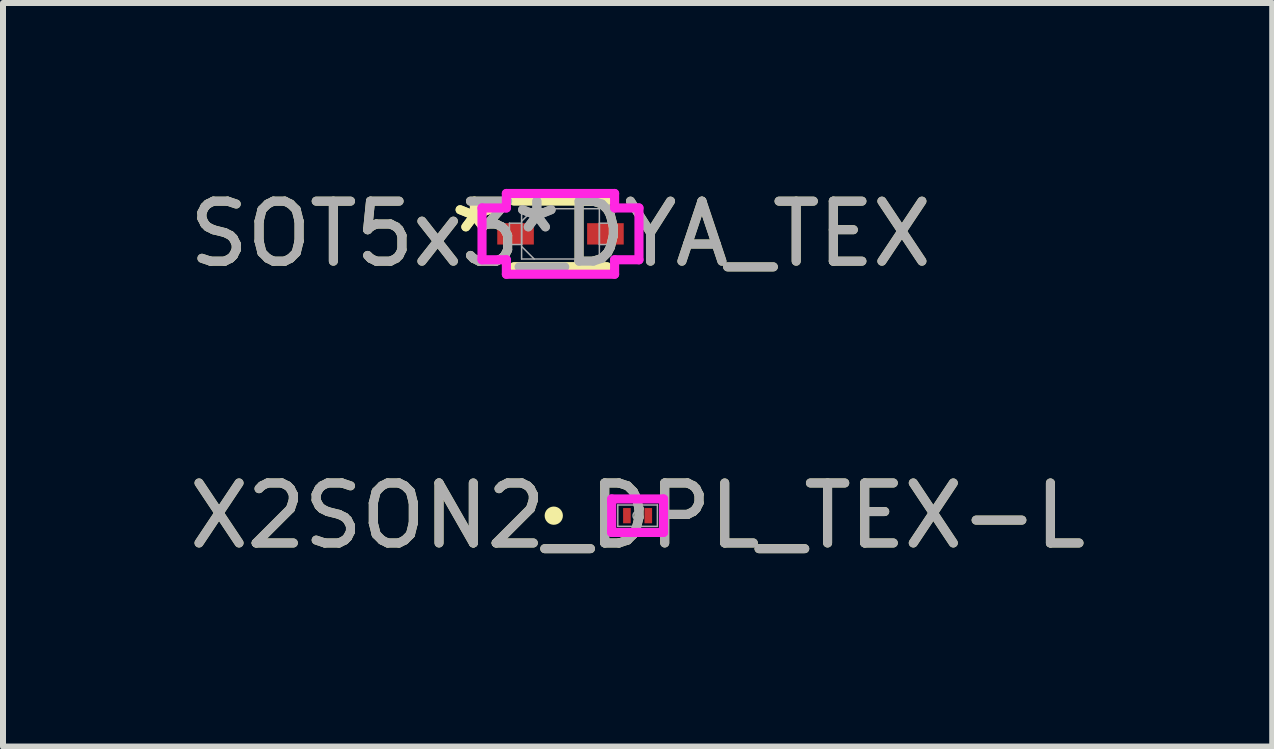
<source format=kicad_pcb>
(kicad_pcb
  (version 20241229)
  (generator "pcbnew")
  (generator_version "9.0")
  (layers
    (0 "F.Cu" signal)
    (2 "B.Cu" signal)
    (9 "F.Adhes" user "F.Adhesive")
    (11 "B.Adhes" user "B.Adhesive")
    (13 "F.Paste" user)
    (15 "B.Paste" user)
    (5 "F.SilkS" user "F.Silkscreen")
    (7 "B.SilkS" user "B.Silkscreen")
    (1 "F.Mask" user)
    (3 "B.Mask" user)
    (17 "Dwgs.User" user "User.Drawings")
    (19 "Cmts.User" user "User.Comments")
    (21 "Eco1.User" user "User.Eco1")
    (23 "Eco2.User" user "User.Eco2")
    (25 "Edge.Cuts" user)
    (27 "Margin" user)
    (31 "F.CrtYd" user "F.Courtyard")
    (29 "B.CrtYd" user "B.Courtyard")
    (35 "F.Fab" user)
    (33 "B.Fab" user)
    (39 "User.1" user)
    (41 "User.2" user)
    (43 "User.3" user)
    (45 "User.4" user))
  (footprint "X2SON2_DPL_TEX-L"
    (layer "F.Cu")
    (at 7.577 5.545)
    (property "Reference" "X2SON2_DPL_TEX-L" (at 0 0 0) (unlocked yes) (layer "F.SilkS") (effects (font (size 1 1) (thickness 0.15))))
    (attr smd)
    (fp_circle (center -1.397 0) (end -1.321 0) (stroke (width 0.152) (type solid)) (fill no) (layer "F.SilkS"))
    (fp_line (start -0.432 -0.279) (end 0.432 -0.279) (stroke (width 0.152) (type solid)) (layer "F.CrtYd"))
    (fp_line (start -0.432 -0.229) (end -0.432 -0.279) (stroke (width 0.152) (type solid)) (layer "F.CrtYd"))
    (fp_line (start -0.432 -0.229) (end -0.432 -0.229) (stroke (width 0.152) (type solid)) (layer "F.CrtYd"))
    (fp_line (start -0.432 0.229) (end -0.432 -0.229) (stroke (width 0.152) (type solid)) (layer "F.CrtYd"))
    (fp_line (start -0.432 0.229) (end -0.432 0.229) (stroke (width 0.152) (type solid)) (layer "F.CrtYd"))
    (fp_line (start -0.432 0.279) (end -0.432 0.229) (stroke (width 0.152) (type solid)) (layer "F.CrtYd"))
    (fp_line (start 0.432 -0.279) (end 0.432 -0.229) (stroke (width 0.152) (type solid)) (layer "F.CrtYd"))
    (fp_line (start 0.432 -0.229) (end 0.432 -0.229) (stroke (width 0.152) (type solid)) (layer "F.CrtYd"))
    (fp_line (start 0.432 -0.229) (end 0.432 0.229) (stroke (width 0.152) (type solid)) (layer "F.CrtYd"))
    (fp_line (start 0.432 0.229) (end 0.432 0.229) (stroke (width 0.152) (type solid)) (layer "F.CrtYd"))
    (fp_line (start 0.432 0.229) (end 0.432 0.279) (stroke (width 0.152) (type solid)) (layer "F.CrtYd"))
    (fp_line (start 0.432 0.279) (end -0.432 0.279) (stroke (width 0.152) (type solid)) (layer "F.CrtYd"))
    (fp_line (start -0.33 -0.178) (end -0.33 0.178) (stroke (width 0.025) (type solid)) (layer "F.Fab"))
    (fp_line (start -0.33 0.178) (end 0.33 0.178) (stroke (width 0.025) (type solid)) (layer "F.Fab"))
    (fp_line (start 0.33 -0.178) (end -0.33 -0.178) (stroke (width 0.025) (type solid)) (layer "F.Fab"))
    (fp_line (start 0.33 0.178) (end 0.33 -0.178) (stroke (width 0.025) (type solid)) (layer "F.Fab"))
    (fp_circle (center 0 0) (end 0.076 0) (stroke (width 0.025) (type solid)) (fill no) (layer "F.Fab"))
    (fp_text user "${REFERENCE}" (at 0 0 0) (unlocked yes) (layer "F.Fab") (effects (font (size 1 1) (thickness 0.15))))
    (pad "1" smd rect (at -0.178 0) (size 0.127 0.254) (layers "F.Cu" "F.Mask" "F.Paste"))
    (pad "2" smd rect (at 0.178 0) (size 0.127 0.254) (layers "F.Cu" "F.Mask" "F.Paste")))
  (footprint "SOT5x3_DYA_TEX"
    (layer "F.Cu")
    (at 6.292 0.848)
    (property "Reference" "SOT5x3_DYA_TEX" (at 0 0 0) (unlocked yes) (layer "F.SilkS") (effects (font (size 1 1) (thickness 0.15))))
    (attr smd)
    (fp_line (start -0.775 0.546) (end 0.775 0.546) (stroke (width 0.152) (type solid)) (layer "F.SilkS"))
    (fp_line (start 0.775 -0.546) (end -0.775 -0.546) (stroke (width 0.152) (type solid)) (layer "F.SilkS"))
    (fp_line (start -1.308 -0.432) (end -0.902 -0.432) (stroke (width 0.152) (type solid)) (layer "F.CrtYd"))
    (fp_line (start -1.308 0.432) (end -1.308 -0.432) (stroke (width 0.152) (type solid)) (layer "F.CrtYd"))
    (fp_line (start -0.902 -0.673) (end 0.902 -0.673) (stroke (width 0.152) (type solid)) (layer "F.CrtYd"))
    (fp_line (start -0.902 -0.432) (end -0.902 -0.673) (stroke (width 0.152) (type solid)) (layer "F.CrtYd"))
    (fp_line (start -0.902 0.432) (end -1.308 0.432) (stroke (width 0.152) (type solid)) (layer "F.CrtYd"))
    (fp_line (start -0.902 0.673) (end -0.902 0.432) (stroke (width 0.152) (type solid)) (layer "F.CrtYd"))
    (fp_line (start 0.902 -0.673) (end 0.902 -0.432) (stroke (width 0.152) (type solid)) (layer "F.CrtYd"))
    (fp_line (start 0.902 -0.432) (end 1.308 -0.432) (stroke (width 0.152) (type solid)) (layer "F.CrtYd"))
    (fp_line (start 0.902 0.432) (end 0.902 0.673) (stroke (width 0.152) (type solid)) (layer "F.CrtYd"))
    (fp_line (start 0.902 0.673) (end -0.902 0.673) (stroke (width 0.152) (type solid)) (layer "F.CrtYd"))
    (fp_line (start 1.308 -0.432) (end 1.308 0.432) (stroke (width 0.152) (type solid)) (layer "F.CrtYd"))
    (fp_line (start 1.308 0.432) (end 0.902 0.432) (stroke (width 0.152) (type solid)) (layer "F.CrtYd"))
    (fp_line (start -0.851 -0.178) (end -0.851 0.178) (stroke (width 0.025) (type solid)) (layer "F.Fab"))
    (fp_line (start -0.851 0.178) (end -0.648 0.178) (stroke (width 0.025) (type solid)) (layer "F.Fab"))
    (fp_line (start -0.648 -0.419) (end -0.648 0.419) (stroke (width 0.025) (type solid)) (layer "F.Fab"))
    (fp_line (start -0.648 -0.21) (end -0.438 -0.419) (stroke (width 0.025) (type solid)) (layer "F.Fab"))
    (fp_line (start -0.648 -0.178) (end -0.851 -0.178) (stroke (width 0.025) (type solid)) (layer "F.Fab"))
    (fp_line (start -0.648 0.178) (end -0.648 -0.178) (stroke (width 0.025) (type solid)) (layer "F.Fab"))
    (fp_line (start -0.648 0.21) (end -0.438 0.419) (stroke (width 0.025) (type solid)) (layer "F.Fab"))
    (fp_line (start -0.648 0.419) (end 0.648 0.419) (stroke (width 0.025) (type solid)) (layer "F.Fab"))
    (fp_line (start 0.648 -0.419) (end -0.648 -0.419) (stroke (width 0.025) (type solid)) (layer "F.Fab"))
    (fp_line (start 0.648 -0.178) (end 0.648 0.178) (stroke (width 0.025) (type solid)) (layer "F.Fab"))
    (fp_line (start 0.648 0.178) (end 0.851 0.178) (stroke (width 0.025) (type solid)) (layer "F.Fab"))
    (fp_line (start 0.648 0.419) (end 0.648 -0.419) (stroke (width 0.025) (type solid)) (layer "F.Fab"))
    (fp_line (start 0.851 -0.178) (end 0.648 -0.178) (stroke (width 0.025) (type solid)) (layer "F.Fab"))
    (fp_line (start 0.851 0.178) (end 0.851 -0.178) (stroke (width 0.025) (type solid)) (layer "F.Fab"))
    (fp_text user "*" (at -1.435 0 0) (layer "F.SilkS") (effects (font (size 1 1) (thickness 0.15))))
    (fp_text user "*" (at -1.435 0 0) (unlocked yes) (layer "F.SilkS") (effects (font (size 1 1) (thickness 0.15))))
    (fp_text user "${REFERENCE}" (at 0 0 0) (unlocked yes) (layer "F.Fab") (effects (font (size 1 1) (thickness 0.15))))
    (fp_text user "*" (at -0.394 0 0) (layer "F.Fab") (effects (font (size 1 1) (thickness 0.15))))
    (fp_text user "*" (at -0.394 0 0) (unlocked yes) (layer "F.Fab") (effects (font (size 1 1) (thickness 0.15))))
    (pad "1" smd rect (at -0.749 0) (size 0.61 0.356) (layers "F.Cu" "F.Mask" "F.Paste"))
    (pad "2" smd rect (at 0.749 0) (size 0.61 0.356) (layers "F.Cu" "F.Mask" "F.Paste"))
    (zone (net_name "") (layer "F.Cu") (hatch full 0.508) (connect_pads) (min_thickness 0.254) (filled_areas_thickness no) (keepout (tracks not_allowed) (vias not_allowed) (pads allowed) (copperpour not_allowed) (footprints allowed)) (placement (enabled no)) (fill) (polygon (pts (xy 5.898 0.48) (xy 6.685 0.48) (xy 6.685 1.217) (xy 5.898 1.217)))))
  (gr_rect
    (start -3 -3)
    (end 18.155 9.393)
    (stroke (width 0.1) (type default))
    (fill no)
    (layer "Edge.Cuts")))
</source>
